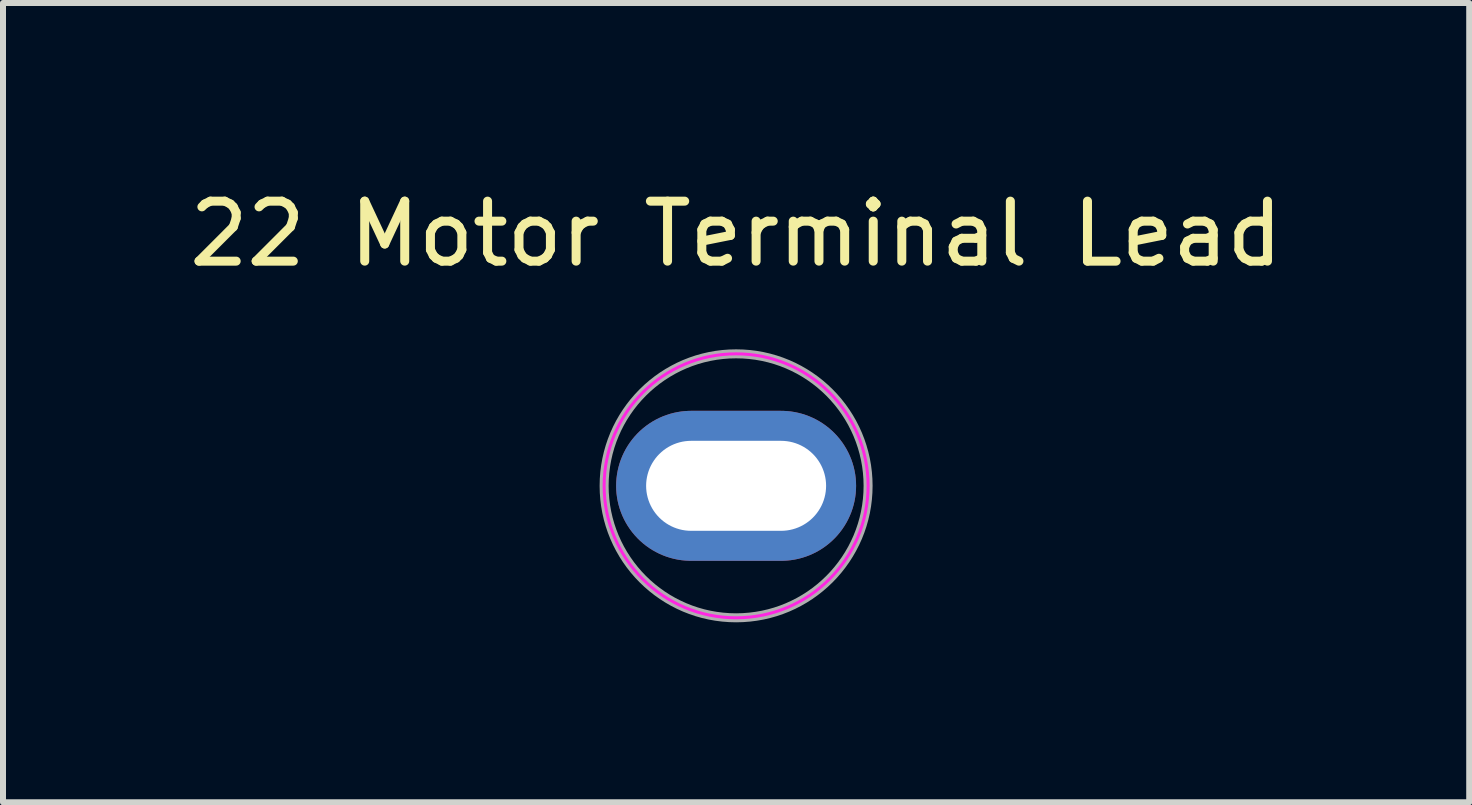
<source format=kicad_pcb>
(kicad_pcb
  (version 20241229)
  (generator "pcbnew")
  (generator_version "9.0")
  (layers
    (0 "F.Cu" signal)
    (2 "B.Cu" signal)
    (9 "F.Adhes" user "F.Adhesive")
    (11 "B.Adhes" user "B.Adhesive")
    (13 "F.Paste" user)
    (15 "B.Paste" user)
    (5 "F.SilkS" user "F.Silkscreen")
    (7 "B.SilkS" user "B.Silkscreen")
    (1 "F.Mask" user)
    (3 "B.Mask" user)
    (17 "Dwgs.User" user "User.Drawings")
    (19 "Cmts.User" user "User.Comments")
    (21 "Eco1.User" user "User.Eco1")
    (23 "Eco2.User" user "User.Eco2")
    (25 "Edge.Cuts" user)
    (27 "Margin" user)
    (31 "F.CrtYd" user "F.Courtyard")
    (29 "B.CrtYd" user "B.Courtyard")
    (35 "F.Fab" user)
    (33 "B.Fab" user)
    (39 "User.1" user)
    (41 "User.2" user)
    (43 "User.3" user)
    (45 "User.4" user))
  (footprint "22 Motor Terminal Lead"
    (layer "F.Cu")
    (at 9.22 5.048)
    (property "Reference" "22 Motor Terminal Lead" (at 0 -4.2 0) (unlocked yes) (layer "F.SilkS") (effects (font (size 1 1) (thickness 0.15))))
    (attr through_hole)
    (fp_rect (start -0.75 -1.25) (end 0.75 1.25) (stroke (width 0) (type solid)) (fill yes) (layer "F.Mask"))
    (fp_circle (center -0.75 0) (end 0.5 0) (stroke (width 0) (type solid)) (fill yes) (layer "F.Mask"))
    (fp_circle (center 0.75 0) (end 2 0) (stroke (width 0) (type solid)) (fill yes) (layer "F.Mask"))
    (fp_circle (center 0 0) (end 2.2 0) (stroke (width 0.05) (type solid)) (fill no) (layer "F.CrtYd"))
    (fp_circle (center 0 0) (end 2.2 0) (stroke (width 0.15) (type solid)) (fill no) (layer "F.Fab"))
    (pad "1" thru_hole oval (at 0 0 90) (size 2.5 4) (drill oval 1.5 3) (layers "*.Cu" "*.Mask")))
  (gr_rect
    (start -3 -3)
    (end 21.44 10.323)
    (stroke (width 0.1) (type default))
    (fill no)
    (layer "Edge.Cuts")))
</source>
